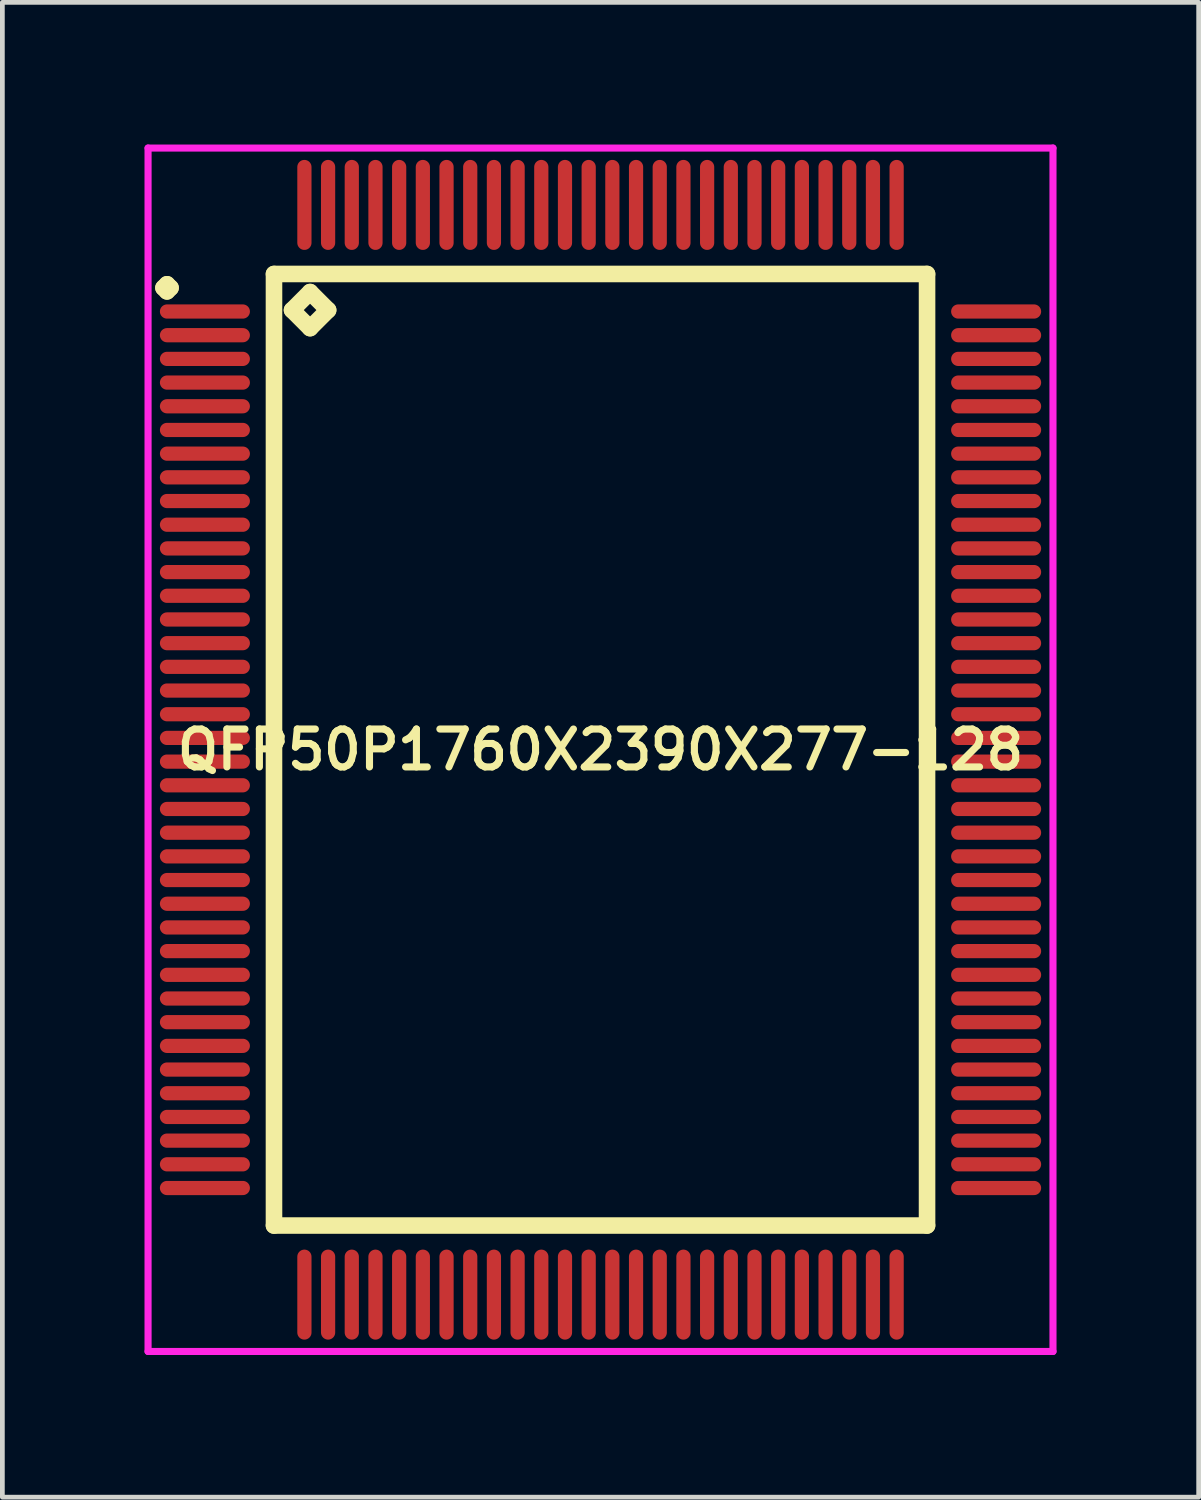
<source format=kicad_pcb>
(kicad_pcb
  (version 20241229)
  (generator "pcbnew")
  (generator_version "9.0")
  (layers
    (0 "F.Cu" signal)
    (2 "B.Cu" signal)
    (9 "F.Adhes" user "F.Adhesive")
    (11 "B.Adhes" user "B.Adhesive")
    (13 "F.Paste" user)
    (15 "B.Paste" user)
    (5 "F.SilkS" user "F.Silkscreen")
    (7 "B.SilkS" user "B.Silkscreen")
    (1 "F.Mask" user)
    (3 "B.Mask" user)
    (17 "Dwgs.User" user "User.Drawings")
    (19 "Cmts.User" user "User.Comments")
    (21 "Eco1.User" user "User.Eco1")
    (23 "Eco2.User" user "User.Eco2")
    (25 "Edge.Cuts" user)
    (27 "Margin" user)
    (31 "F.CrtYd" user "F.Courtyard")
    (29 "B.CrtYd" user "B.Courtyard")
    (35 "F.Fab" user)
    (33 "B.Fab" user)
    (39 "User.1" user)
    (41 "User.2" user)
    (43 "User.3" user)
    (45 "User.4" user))
  (footprint "QFP50P1760X2390X277-128"
    (layer "F.Cu")
    (at 9.625 12.775)
    (property "Reference" "QFP50P1760X2390X277-128" (at 0 0 0) (layer "F.SilkS") (effects (font (size 0.8 0.8) (thickness 0.15))))
    (attr smd)
    (fp_line (start -9.225 -9.75) (end -9.15 -9.825) (stroke (width 0.35) (type solid)) (layer "F.SilkS"))
    (fp_line (start -9.15 -9.825) (end -9.075 -9.75) (stroke (width 0.35) (type solid)) (layer "F.SilkS"))
    (fp_line (start -9.15 -9.675) (end -9.225 -9.75) (stroke (width 0.35) (type solid)) (layer "F.SilkS"))
    (fp_line (start -9.075 -9.75) (end -9.15 -9.675) (stroke (width 0.35) (type solid)) (layer "F.SilkS"))
    (fp_line (start -6.892 -10.042) (end -6.892 10.042) (stroke (width 0.35) (type solid)) (layer "F.SilkS"))
    (fp_line (start -6.892 10.042) (end 6.892 10.042) (stroke (width 0.35) (type solid)) (layer "F.SilkS"))
    (fp_line (start -6.511 -9.28) (end -6.13 -9.661) (stroke (width 0.35) (type solid)) (layer "F.SilkS"))
    (fp_line (start -6.13 -9.661) (end -5.749 -9.28) (stroke (width 0.35) (type solid)) (layer "F.SilkS"))
    (fp_line (start -6.13 -8.899) (end -6.511 -9.28) (stroke (width 0.35) (type solid)) (layer "F.SilkS"))
    (fp_line (start -5.749 -9.28) (end -6.13 -8.899) (stroke (width 0.35) (type solid)) (layer "F.SilkS"))
    (fp_line (start 6.892 -10.042) (end -6.892 -10.042) (stroke (width 0.35) (type solid)) (layer "F.SilkS"))
    (fp_line (start 6.892 10.042) (end 6.892 -10.042) (stroke (width 0.35) (type solid)) (layer "F.SilkS"))
    (fp_line (start -9.55 -12.7) (end 9.55 -12.7) (stroke (width 0.15) (type solid)) (layer "F.CrtYd"))
    (fp_line (start -9.55 12.7) (end -9.55 -12.7) (stroke (width 0.15) (type solid)) (layer "F.CrtYd"))
    (fp_line (start 9.55 -12.7) (end 9.55 12.7) (stroke (width 0.15) (type solid)) (layer "F.CrtYd"))
    (fp_line (start 9.55 12.7) (end -9.55 12.7) (stroke (width 0.15) (type solid)) (layer "F.CrtYd"))
    (pad "1" smd oval (at -8.35 -9.25) (size 1.9 0.3) (layers "F.Cu" "F.Mask" "F.Paste"))
    (pad "2" smd oval (at -8.35 -8.75) (size 1.9 0.3) (layers "F.Cu" "F.Mask" "F.Paste"))
    (pad "3" smd oval (at -8.35 -8.25) (size 1.9 0.3) (layers "F.Cu" "F.Mask" "F.Paste"))
    (pad "4" smd oval (at -8.35 -7.75) (size 1.9 0.3) (layers "F.Cu" "F.Mask" "F.Paste"))
    (pad "5" smd oval (at -8.35 -7.25) (size 1.9 0.3) (layers "F.Cu" "F.Mask" "F.Paste"))
    (pad "6" smd oval (at -8.35 -6.75) (size 1.9 0.3) (layers "F.Cu" "F.Mask" "F.Paste"))
    (pad "7" smd oval (at -8.35 -6.25) (size 1.9 0.3) (layers "F.Cu" "F.Mask" "F.Paste"))
    (pad "8" smd oval (at -8.35 -5.75) (size 1.9 0.3) (layers "F.Cu" "F.Mask" "F.Paste"))
    (pad "9" smd oval (at -8.35 -5.25) (size 1.9 0.3) (layers "F.Cu" "F.Mask" "F.Paste"))
    (pad "10" smd oval (at -8.35 -4.75) (size 1.9 0.3) (layers "F.Cu" "F.Mask" "F.Paste"))
    (pad "11" smd oval (at -8.35 -4.25) (size 1.9 0.3) (layers "F.Cu" "F.Mask" "F.Paste"))
    (pad "12" smd oval (at -8.35 -3.75) (size 1.9 0.3) (layers "F.Cu" "F.Mask" "F.Paste"))
    (pad "13" smd oval (at -8.35 -3.25) (size 1.9 0.3) (layers "F.Cu" "F.Mask" "F.Paste"))
    (pad "14" smd oval (at -8.35 -2.75) (size 1.9 0.3) (layers "F.Cu" "F.Mask" "F.Paste"))
    (pad "15" smd oval (at -8.35 -2.25) (size 1.9 0.3) (layers "F.Cu" "F.Mask" "F.Paste"))
    (pad "16" smd oval (at -8.35 -1.75) (size 1.9 0.3) (layers "F.Cu" "F.Mask" "F.Paste"))
    (pad "17" smd oval (at -8.35 -1.25) (size 1.9 0.3) (layers "F.Cu" "F.Mask" "F.Paste"))
    (pad "18" smd oval (at -8.35 -0.75) (size 1.9 0.3) (layers "F.Cu" "F.Mask" "F.Paste"))
    (pad "19" smd oval (at -8.35 -0.25) (size 1.9 0.3) (layers "F.Cu" "F.Mask" "F.Paste"))
    (pad "20" smd oval (at -8.35 0.25) (size 1.9 0.3) (layers "F.Cu" "F.Mask" "F.Paste"))
    (pad "21" smd oval (at -8.35 0.75) (size 1.9 0.3) (layers "F.Cu" "F.Mask" "F.Paste"))
    (pad "22" smd oval (at -8.35 1.25) (size 1.9 0.3) (layers "F.Cu" "F.Mask" "F.Paste"))
    (pad "23" smd oval (at -8.35 1.75) (size 1.9 0.3) (layers "F.Cu" "F.Mask" "F.Paste"))
    (pad "24" smd oval (at -8.35 2.25) (size 1.9 0.3) (layers "F.Cu" "F.Mask" "F.Paste"))
    (pad "25" smd oval (at -8.35 2.75) (size 1.9 0.3) (layers "F.Cu" "F.Mask" "F.Paste"))
    (pad "26" smd oval (at -8.35 3.25) (size 1.9 0.3) (layers "F.Cu" "F.Mask" "F.Paste"))
    (pad "27" smd oval (at -8.35 3.75) (size 1.9 0.3) (layers "F.Cu" "F.Mask" "F.Paste"))
    (pad "28" smd oval (at -8.35 4.25) (size 1.9 0.3) (layers "F.Cu" "F.Mask" "F.Paste"))
    (pad "29" smd oval (at -8.35 4.75) (size 1.9 0.3) (layers "F.Cu" "F.Mask" "F.Paste"))
    (pad "30" smd oval (at -8.35 5.25) (size 1.9 0.3) (layers "F.Cu" "F.Mask" "F.Paste"))
    (pad "31" smd oval (at -8.35 5.75) (size 1.9 0.3) (layers "F.Cu" "F.Mask" "F.Paste"))
    (pad "32" smd oval (at -8.35 6.25) (size 1.9 0.3) (layers "F.Cu" "F.Mask" "F.Paste"))
    (pad "33" smd oval (at -8.35 6.75) (size 1.9 0.3) (layers "F.Cu" "F.Mask" "F.Paste"))
    (pad "34" smd oval (at -8.35 7.25) (size 1.9 0.3) (layers "F.Cu" "F.Mask" "F.Paste"))
    (pad "35" smd oval (at -8.35 7.75) (size 1.9 0.3) (layers "F.Cu" "F.Mask" "F.Paste"))
    (pad "36" smd oval (at -8.35 8.25) (size 1.9 0.3) (layers "F.Cu" "F.Mask" "F.Paste"))
    (pad "37" smd oval (at -8.35 8.75) (size 1.9 0.3) (layers "F.Cu" "F.Mask" "F.Paste"))
    (pad "38" smd oval (at -8.35 9.25) (size 1.9 0.3) (layers "F.Cu" "F.Mask" "F.Paste"))
    (pad "39" smd oval (at -6.25 11.5) (size 0.3 1.9) (layers "F.Cu" "F.Mask" "F.Paste"))
    (pad "40" smd oval (at -5.75 11.5) (size 0.3 1.9) (layers "F.Cu" "F.Mask" "F.Paste"))
    (pad "41" smd oval (at -5.25 11.5) (size 0.3 1.9) (layers "F.Cu" "F.Mask" "F.Paste"))
    (pad "42" smd oval (at -4.75 11.5) (size 0.3 1.9) (layers "F.Cu" "F.Mask" "F.Paste"))
    (pad "43" smd oval (at -4.25 11.5) (size 0.3 1.9) (layers "F.Cu" "F.Mask" "F.Paste"))
    (pad "44" smd oval (at -3.75 11.5) (size 0.3 1.9) (layers "F.Cu" "F.Mask" "F.Paste"))
    (pad "45" smd oval (at -3.25 11.5) (size 0.3 1.9) (layers "F.Cu" "F.Mask" "F.Paste"))
    (pad "46" smd oval (at -2.75 11.5) (size 0.3 1.9) (layers "F.Cu" "F.Mask" "F.Paste"))
    (pad "47" smd oval (at -2.25 11.5) (size 0.3 1.9) (layers "F.Cu" "F.Mask" "F.Paste"))
    (pad "48" smd oval (at -1.75 11.5) (size 0.3 1.9) (layers "F.Cu" "F.Mask" "F.Paste"))
    (pad "49" smd oval (at -1.25 11.5) (size 0.3 1.9) (layers "F.Cu" "F.Mask" "F.Paste"))
    (pad "50" smd oval (at -0.75 11.5) (size 0.3 1.9) (layers "F.Cu" "F.Mask" "F.Paste"))
    (pad "51" smd oval (at -0.25 11.5) (size 0.3 1.9) (layers "F.Cu" "F.Mask" "F.Paste"))
    (pad "52" smd oval (at 0.25 11.5) (size 0.3 1.9) (layers "F.Cu" "F.Mask" "F.Paste"))
    (pad "53" smd oval (at 0.75 11.5) (size 0.3 1.9) (layers "F.Cu" "F.Mask" "F.Paste"))
    (pad "54" smd oval (at 1.25 11.5) (size 0.3 1.9) (layers "F.Cu" "F.Mask" "F.Paste"))
    (pad "55" smd oval (at 1.75 11.5) (size 0.3 1.9) (layers "F.Cu" "F.Mask" "F.Paste"))
    (pad "56" smd oval (at 2.25 11.5) (size 0.3 1.9) (layers "F.Cu" "F.Mask" "F.Paste"))
    (pad "57" smd oval (at 2.75 11.5) (size 0.3 1.9) (layers "F.Cu" "F.Mask" "F.Paste"))
    (pad "58" smd oval (at 3.25 11.5) (size 0.3 1.9) (layers "F.Cu" "F.Mask" "F.Paste"))
    (pad "59" smd oval (at 3.75 11.5) (size 0.3 1.9) (layers "F.Cu" "F.Mask" "F.Paste"))
    (pad "60" smd oval (at 4.25 11.5) (size 0.3 1.9) (layers "F.Cu" "F.Mask" "F.Paste"))
    (pad "61" smd oval (at 4.75 11.5) (size 0.3 1.9) (layers "F.Cu" "F.Mask" "F.Paste"))
    (pad "62" smd oval (at 5.25 11.5) (size 0.3 1.9) (layers "F.Cu" "F.Mask" "F.Paste"))
    (pad "63" smd oval (at 5.75 11.5) (size 0.3 1.9) (layers "F.Cu" "F.Mask" "F.Paste"))
    (pad "64" smd oval (at 6.25 11.5) (size 0.3 1.9) (layers "F.Cu" "F.Mask" "F.Paste"))
    (pad "65" smd oval (at 8.35 9.25) (size 1.9 0.3) (layers "F.Cu" "F.Mask" "F.Paste"))
    (pad "66" smd oval (at 8.35 8.75) (size 1.9 0.3) (layers "F.Cu" "F.Mask" "F.Paste"))
    (pad "67" smd oval (at 8.35 8.25) (size 1.9 0.3) (layers "F.Cu" "F.Mask" "F.Paste"))
    (pad "68" smd oval (at 8.35 7.75) (size 1.9 0.3) (layers "F.Cu" "F.Mask" "F.Paste"))
    (pad "69" smd oval (at 8.35 7.25) (size 1.9 0.3) (layers "F.Cu" "F.Mask" "F.Paste"))
    (pad "70" smd oval (at 8.35 6.75) (size 1.9 0.3) (layers "F.Cu" "F.Mask" "F.Paste"))
    (pad "71" smd oval (at 8.35 6.25) (size 1.9 0.3) (layers "F.Cu" "F.Mask" "F.Paste"))
    (pad "72" smd oval (at 8.35 5.75) (size 1.9 0.3) (layers "F.Cu" "F.Mask" "F.Paste"))
    (pad "73" smd oval (at 8.35 5.25) (size 1.9 0.3) (layers "F.Cu" "F.Mask" "F.Paste"))
    (pad "74" smd oval (at 8.35 4.75) (size 1.9 0.3) (layers "F.Cu" "F.Mask" "F.Paste"))
    (pad "75" smd oval (at 8.35 4.25) (size 1.9 0.3) (layers "F.Cu" "F.Mask" "F.Paste"))
    (pad "76" smd oval (at 8.35 3.75) (size 1.9 0.3) (layers "F.Cu" "F.Mask" "F.Paste"))
    (pad "77" smd oval (at 8.35 3.25) (size 1.9 0.3) (layers "F.Cu" "F.Mask" "F.Paste"))
    (pad "78" smd oval (at 8.35 2.75) (size 1.9 0.3) (layers "F.Cu" "F.Mask" "F.Paste"))
    (pad "79" smd oval (at 8.35 2.25) (size 1.9 0.3) (layers "F.Cu" "F.Mask" "F.Paste"))
    (pad "80" smd oval (at 8.35 1.75) (size 1.9 0.3) (layers "F.Cu" "F.Mask" "F.Paste"))
    (pad "81" smd oval (at 8.35 1.25) (size 1.9 0.3) (layers "F.Cu" "F.Mask" "F.Paste"))
    (pad "82" smd oval (at 8.35 0.75) (size 1.9 0.3) (layers "F.Cu" "F.Mask" "F.Paste"))
    (pad "83" smd oval (at 8.35 0.25) (size 1.9 0.3) (layers "F.Cu" "F.Mask" "F.Paste"))
    (pad "84" smd oval (at 8.35 -0.25) (size 1.9 0.3) (layers "F.Cu" "F.Mask" "F.Paste"))
    (pad "85" smd oval (at 8.35 -0.75) (size 1.9 0.3) (layers "F.Cu" "F.Mask" "F.Paste"))
    (pad "86" smd oval (at 8.35 -1.25) (size 1.9 0.3) (layers "F.Cu" "F.Mask" "F.Paste"))
    (pad "87" smd oval (at 8.35 -1.75) (size 1.9 0.3) (layers "F.Cu" "F.Mask" "F.Paste"))
    (pad "88" smd oval (at 8.35 -2.25) (size 1.9 0.3) (layers "F.Cu" "F.Mask" "F.Paste"))
    (pad "89" smd oval (at 8.35 -2.75) (size 1.9 0.3) (layers "F.Cu" "F.Mask" "F.Paste"))
    (pad "90" smd oval (at 8.35 -3.25) (size 1.9 0.3) (layers "F.Cu" "F.Mask" "F.Paste"))
    (pad "91" smd oval (at 8.35 -3.75) (size 1.9 0.3) (layers "F.Cu" "F.Mask" "F.Paste"))
    (pad "92" smd oval (at 8.35 -4.25) (size 1.9 0.3) (layers "F.Cu" "F.Mask" "F.Paste"))
    (pad "93" smd oval (at 8.35 -4.75) (size 1.9 0.3) (layers "F.Cu" "F.Mask" "F.Paste"))
    (pad "94" smd oval (at 8.35 -5.25) (size 1.9 0.3) (layers "F.Cu" "F.Mask" "F.Paste"))
    (pad "95" smd oval (at 8.35 -5.75) (size 1.9 0.3) (layers "F.Cu" "F.Mask" "F.Paste"))
    (pad "96" smd oval (at 8.35 -6.25) (size 1.9 0.3) (layers "F.Cu" "F.Mask" "F.Paste"))
    (pad "97" smd oval (at 8.35 -6.75) (size 1.9 0.3) (layers "F.Cu" "F.Mask" "F.Paste"))
    (pad "98" smd oval (at 8.35 -7.25) (size 1.9 0.3) (layers "F.Cu" "F.Mask" "F.Paste"))
    (pad "99" smd oval (at 8.35 -7.75) (size 1.9 0.3) (layers "F.Cu" "F.Mask" "F.Paste"))
    (pad "100" smd oval (at 8.35 -8.25) (size 1.9 0.3) (layers "F.Cu" "F.Mask" "F.Paste"))
    (pad "101" smd oval (at 8.35 -8.75) (size 1.9 0.3) (layers "F.Cu" "F.Mask" "F.Paste"))
    (pad "102" smd oval (at 8.35 -9.25) (size 1.9 0.3) (layers "F.Cu" "F.Mask" "F.Paste"))
    (pad "103" smd oval (at 6.25 -11.5) (size 0.3 1.9) (layers "F.Cu" "F.Mask" "F.Paste"))
    (pad "104" smd oval (at 5.75 -11.5) (size 0.3 1.9) (layers "F.Cu" "F.Mask" "F.Paste"))
    (pad "105" smd oval (at 5.25 -11.5) (size 0.3 1.9) (layers "F.Cu" "F.Mask" "F.Paste"))
    (pad "106" smd oval (at 4.75 -11.5) (size 0.3 1.9) (layers "F.Cu" "F.Mask" "F.Paste"))
    (pad "107" smd oval (at 4.25 -11.5) (size 0.3 1.9) (layers "F.Cu" "F.Mask" "F.Paste"))
    (pad "108" smd oval (at 3.75 -11.5) (size 0.3 1.9) (layers "F.Cu" "F.Mask" "F.Paste"))
    (pad "109" smd oval (at 3.25 -11.5) (size 0.3 1.9) (layers "F.Cu" "F.Mask" "F.Paste"))
    (pad "110" smd oval (at 2.75 -11.5) (size 0.3 1.9) (layers "F.Cu" "F.Mask" "F.Paste"))
    (pad "111" smd oval (at 2.25 -11.5) (size 0.3 1.9) (layers "F.Cu" "F.Mask" "F.Paste"))
    (pad "112" smd oval (at 1.75 -11.5) (size 0.3 1.9) (layers "F.Cu" "F.Mask" "F.Paste"))
    (pad "113" smd oval (at 1.25 -11.5) (size 0.3 1.9) (layers "F.Cu" "F.Mask" "F.Paste"))
    (pad "114" smd oval (at 0.75 -11.5) (size 0.3 1.9) (layers "F.Cu" "F.Mask" "F.Paste"))
    (pad "115" smd oval (at 0.25 -11.5) (size 0.3 1.9) (layers "F.Cu" "F.Mask" "F.Paste"))
    (pad "116" smd oval (at -0.25 -11.5) (size 0.3 1.9) (layers "F.Cu" "F.Mask" "F.Paste"))
    (pad "117" smd oval (at -0.75 -11.5) (size 0.3 1.9) (layers "F.Cu" "F.Mask" "F.Paste"))
    (pad "118" smd oval (at -1.25 -11.5) (size 0.3 1.9) (layers "F.Cu" "F.Mask" "F.Paste"))
    (pad "119" smd oval (at -1.75 -11.5) (size 0.3 1.9) (layers "F.Cu" "F.Mask" "F.Paste"))
    (pad "120" smd oval (at -2.25 -11.5) (size 0.3 1.9) (layers "F.Cu" "F.Mask" "F.Paste"))
    (pad "121" smd oval (at -2.75 -11.5) (size 0.3 1.9) (layers "F.Cu" "F.Mask" "F.Paste"))
    (pad "122" smd oval (at -3.25 -11.5) (size 0.3 1.9) (layers "F.Cu" "F.Mask" "F.Paste"))
    (pad "123" smd oval (at -3.75 -11.5) (size 0.3 1.9) (layers "F.Cu" "F.Mask" "F.Paste"))
    (pad "124" smd oval (at -4.25 -11.5) (size 0.3 1.9) (layers "F.Cu" "F.Mask" "F.Paste"))
    (pad "125" smd oval (at -4.75 -11.5) (size 0.3 1.9) (layers "F.Cu" "F.Mask" "F.Paste"))
    (pad "126" smd oval (at -5.25 -11.5) (size 0.3 1.9) (layers "F.Cu" "F.Mask" "F.Paste"))
    (pad "127" smd oval (at -5.75 -11.5) (size 0.3 1.9) (layers "F.Cu" "F.Mask" "F.Paste"))
    (pad "128" smd oval (at -6.25 -11.5) (size 0.3 1.9) (layers "F.Cu" "F.Mask" "F.Paste")))
  (gr_rect
    (start -3 -3)
    (end 22.25 28.55)
    (stroke (width 0.1) (type default))
    (fill no)
    (layer "Edge.Cuts")))
</source>
